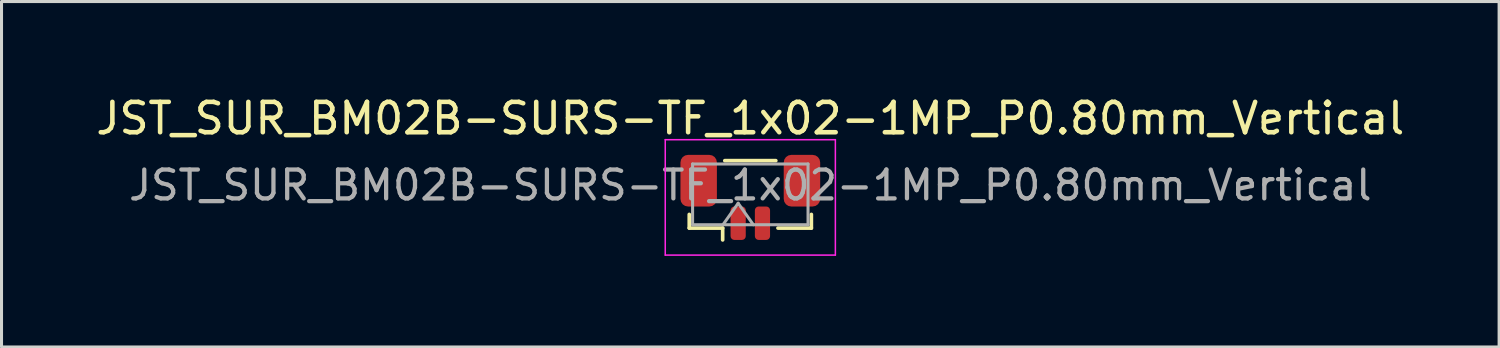
<source format=kicad_pcb>
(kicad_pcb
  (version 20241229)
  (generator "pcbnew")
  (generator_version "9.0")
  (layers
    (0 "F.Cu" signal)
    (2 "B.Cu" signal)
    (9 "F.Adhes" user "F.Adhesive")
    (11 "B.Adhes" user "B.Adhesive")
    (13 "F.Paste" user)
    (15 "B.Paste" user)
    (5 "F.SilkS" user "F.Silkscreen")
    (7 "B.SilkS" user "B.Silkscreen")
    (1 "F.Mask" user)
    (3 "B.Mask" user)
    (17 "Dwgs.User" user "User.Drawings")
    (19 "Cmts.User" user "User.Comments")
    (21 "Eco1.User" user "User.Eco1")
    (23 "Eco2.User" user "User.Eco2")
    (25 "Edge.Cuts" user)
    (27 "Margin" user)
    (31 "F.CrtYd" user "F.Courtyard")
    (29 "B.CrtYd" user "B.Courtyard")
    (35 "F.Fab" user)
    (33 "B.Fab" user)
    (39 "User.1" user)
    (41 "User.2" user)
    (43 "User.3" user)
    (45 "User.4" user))
  (footprint "JST_SUR_BM02B-SURS-TF_1x02-1MP_P0.80mm_Vertical"
    (layer "F.Cu")
    (at 21.649 3.448)
    (property "Reference" "JST_SUR_BM02B-SURS-TF_1x02-1MP_P0.80mm_Vertical" (at 0 -2.6 0) (layer "F.SilkS") (effects (font (size 1 1) (thickness 0.15))))
    (attr smd)
    (fp_line (start -2.01 0.56) (end -2.01 1.01) (stroke (width 0.12) (type solid)) (layer "F.SilkS"))
    (fp_line (start -2.01 1.01) (end -0.91 1.01) (stroke (width 0.12) (type solid)) (layer "F.SilkS"))
    (fp_line (start -0.91 1.01) (end -0.91 1.4) (stroke (width 0.12) (type solid)) (layer "F.SilkS"))
    (fp_line (start -0.84 -1.21) (end 0.84 -1.21) (stroke (width 0.12) (type solid)) (layer "F.SilkS"))
    (fp_line (start 2.01 0.56) (end 2.01 1.01) (stroke (width 0.12) (type solid)) (layer "F.SilkS"))
    (fp_line (start 2.01 1.01) (end 0.91 1.01) (stroke (width 0.12) (type solid)) (layer "F.SilkS"))
    (fp_line (start -2.8 -1.9) (end -2.8 1.9) (stroke (width 0.05) (type solid)) (layer "F.CrtYd"))
    (fp_line (start -2.8 1.9) (end 2.8 1.9) (stroke (width 0.05) (type solid)) (layer "F.CrtYd"))
    (fp_line (start 2.8 -1.9) (end -2.8 -1.9) (stroke (width 0.05) (type solid)) (layer "F.CrtYd"))
    (fp_line (start 2.8 1.9) (end 2.8 -1.9) (stroke (width 0.05) (type solid)) (layer "F.CrtYd"))
    (fp_line (start -1.9 -1.1) (end 1.9 -1.1) (stroke (width 0.1) (type solid)) (layer "F.Fab"))
    (fp_line (start -1.9 0.9) (end -1.9 -1.1) (stroke (width 0.1) (type solid)) (layer "F.Fab"))
    (fp_line (start -1.9 0.9) (end 1.9 0.9) (stroke (width 0.1) (type solid)) (layer "F.Fab"))
    (fp_line (start -0.9 0.9) (end -0.4 0.193) (stroke (width 0.1) (type solid)) (layer "F.Fab"))
    (fp_line (start -0.4 0.193) (end 0.1 0.9) (stroke (width 0.1) (type solid)) (layer "F.Fab"))
    (fp_line (start 1.9 0.9) (end 1.9 -1.1) (stroke (width 0.1) (type solid)) (layer "F.Fab"))
    (fp_text user "${REFERENCE}" (at 0 -0.4 0) (layer "F.Fab") (effects (font (size 0.95 0.95) (thickness 0.14))))
    (pad "1" smd roundrect (at -0.4 0.85) (size 0.5 1.1) (layers "F.Cu" "F.Mask" "F.Paste") (roundrect_rratio 0.25))
    (pad "2" smd roundrect (at 0.4 0.85) (size 0.5 1.1) (layers "F.Cu" "F.Mask" "F.Paste") (roundrect_rratio 0.25))
    (pad "MP" smd roundrect (at -1.7 -0.55) (size 1.2 1.7) (layers "F.Cu" "F.Mask" "F.Paste") (roundrect_rratio 0.208))
    (pad "MP" smd roundrect (at 1.7 -0.55) (size 1.2 1.7) (layers "F.Cu" "F.Mask" "F.Paste") (roundrect_rratio 0.208)))
  (gr_rect
    (start -3 -3)
    (end 46.298 8.373)
    (stroke (width 0.1) (type default))
    (fill no)
    (layer "Edge.Cuts")))
</source>
